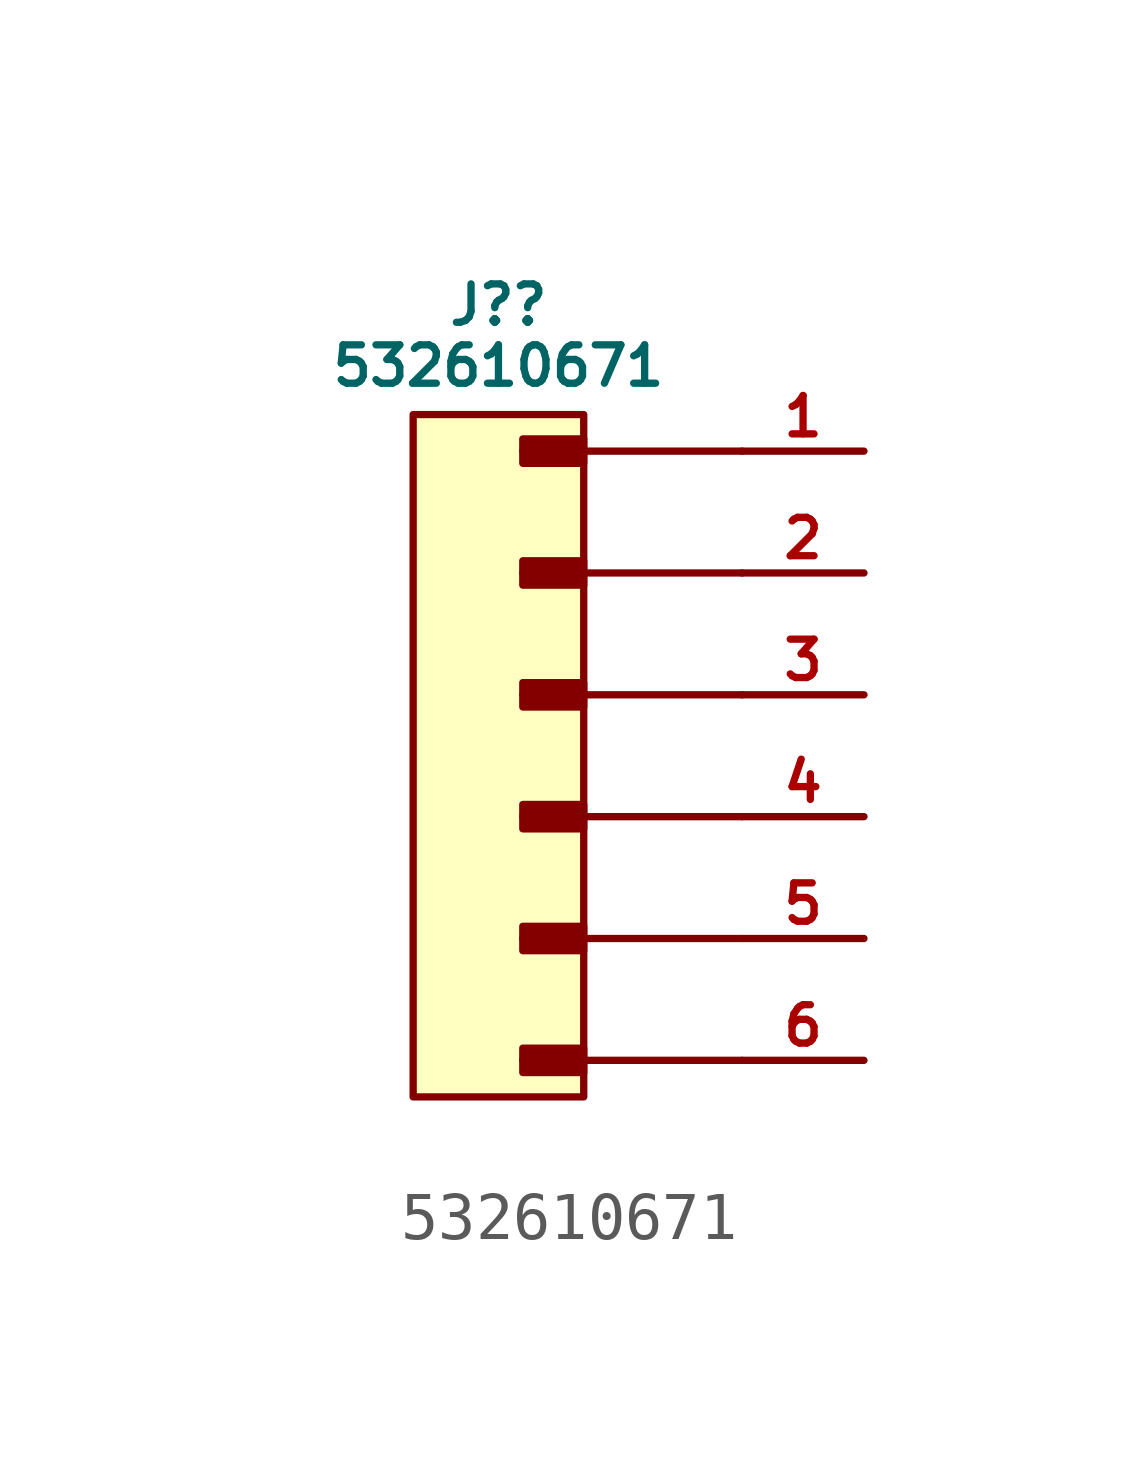
<source format=kicad_sym>
(kicad_symbol_lib
  (version 20231120)
  (generator "kicad_symbol_editor")
  (generator_version "8.0")
  (symbol "532610671"
    (pin_names
      (offset 0))
    (property "Reference" "J?"
      (at 0 9.398 0)
      (do_not_autoplace)
      (effects (font (size 0.8 0.8))))
    (property "Value" "532610671"
      (at 0 8.128 0)
      (do_not_autoplace)
      (effects (font (size 0.8 0.8))))
    (symbol "532610671_1_1"
      (rectangle (start -1.778 7.112) (end 1.778 -7.112) (stroke (width 0) (type default)) (fill (type background)))
      (polyline (pts (xy 0.508 -6.35) (xy 5.08 -6.35)) (stroke (width 0) (type solid)) (fill (type none)))
      (polyline (pts (xy 0.508 -3.81) (xy 5.08 -3.81)) (stroke (width 0) (type solid)) (fill (type none)))
      (polyline (pts (xy 0.508 -1.27) (xy 5.08 -1.27)) (stroke (width 0) (type solid)) (fill (type none)))
      (polyline (pts (xy 0.508 1.27) (xy 5.08 1.27)) (stroke (width 0) (type solid)) (fill (type none)))
      (polyline (pts (xy 0.508 3.81) (xy 5.08 3.81)) (stroke (width 0) (type solid)) (fill (type none)))
      (polyline (pts (xy 0.508 6.35) (xy 5.08 6.35)) (stroke (width 0) (type solid)) (fill (type none)))
      (rectangle (start 0.508 -6.096) (end 1.778 -6.604) (stroke (width 0) (type solid)) (fill (type outline)))
      (rectangle (start 0.508 -3.556) (end 1.778 -4.064) (stroke (width 0) (type solid)) (fill (type outline)))
      (rectangle (start 0.508 -1.016) (end 1.778 -1.524) (stroke (width 0) (type solid)) (fill (type outline)))
      (rectangle (start 0.508 1.524) (end 1.778 1.016) (stroke (width 0) (type solid)) (fill (type outline)))
      (rectangle (start 0.508 4.064) (end 1.778 3.556) (stroke (width 0) (type solid)) (fill (type outline)))
      (rectangle (start 0.508 6.604) (end 1.778 6.096) (stroke (width 0) (type solid)) (fill (type outline)))
      (pin passive line (at 7.62 6.35 180) (length 2.54) (name "" (effects (font (size 0.8 0.8)))) (number "1" (effects (font (size 0.8 0.8)))))
      (pin passive line (at 7.62 3.81 180) (length 2.54) (name "" (effects (font (size 0.8 0.8)))) (number "2" (effects (font (size 0.8 0.8)))))
      (pin passive line (at 7.62 1.27 180) (length 2.54) (name "" (effects (font (size 0.8 0.8)))) (number "3" (effects (font (size 0.8 0.8)))))
      (pin passive line (at 7.62 -1.27 180) (length 2.54) (name "" (effects (font (size 0.8 0.8)))) (number "4" (effects (font (size 0.8 0.8)))))
      (pin passive line (at 7.62 -3.81 180) (length 2.54) (name "" (effects (font (size 0.8 0.8)))) (number "5" (effects (font (size 0.8 0.8)))))
      (pin passive line (at 7.62 -6.35 180) (length 2.54) (name "" (effects (font (size 0.8 0.8)))) (number "6" (effects (font (size 0.8 0.8)))))
      (pin no_connect line (at -5.08 -1.27 0) (length 2.54) hide (name "MNTS" (effects (font (size 0.8 0.8)))) (number "7" (effects (font (size 0.8 0.8)))))
      (pin no_connect line (at -5.08 1.27 0) (length 2.54) hide (name "MNTF" (effects (font (size 0.8 0.8)))) (number "8" (effects (font (size 0.8 0.8))))))))
</source>
